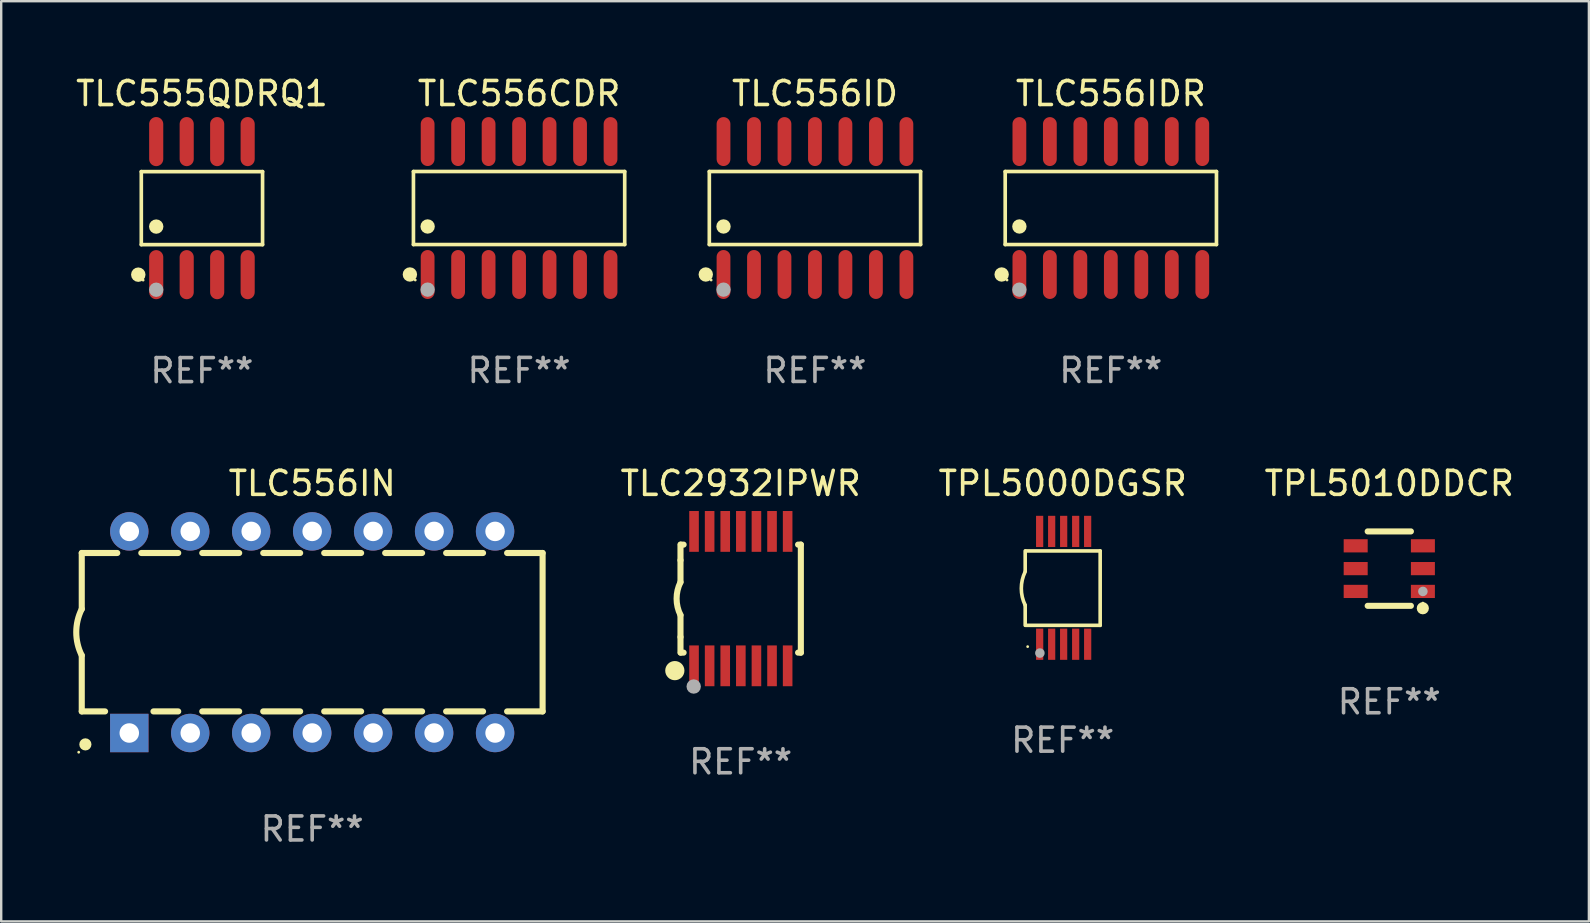
<source format=kicad_pcb>
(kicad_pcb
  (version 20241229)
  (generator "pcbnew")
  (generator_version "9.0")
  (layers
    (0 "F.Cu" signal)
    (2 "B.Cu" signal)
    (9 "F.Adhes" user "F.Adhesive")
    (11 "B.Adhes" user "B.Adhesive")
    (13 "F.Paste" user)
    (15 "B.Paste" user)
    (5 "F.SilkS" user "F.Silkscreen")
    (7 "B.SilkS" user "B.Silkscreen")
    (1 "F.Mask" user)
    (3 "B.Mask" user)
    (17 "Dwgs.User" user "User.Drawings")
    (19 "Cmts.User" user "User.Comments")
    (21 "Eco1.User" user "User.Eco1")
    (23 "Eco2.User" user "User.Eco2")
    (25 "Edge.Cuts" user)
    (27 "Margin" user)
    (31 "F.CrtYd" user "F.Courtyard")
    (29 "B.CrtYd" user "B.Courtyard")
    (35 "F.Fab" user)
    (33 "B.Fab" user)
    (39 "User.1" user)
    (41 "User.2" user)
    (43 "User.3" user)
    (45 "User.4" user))
  (footprint "TLC556IN"
    (layer "F.Cu")
    (at 9.956 23.289)
    (property "Reference" "TLC556IN" (at 0 -6.2 0) (layer "F.SilkS") (effects (font (size 1 1) (thickness 0.15))))
    (attr through_hole)
    (fp_line (start -9.6 -3.3) (end -9.6 -0.965) (stroke (width 0.254) (type solid)) (layer "F.SilkS"))
    (fp_line (start -9.6 -3.3) (end -8.121 -3.3) (stroke (width 0.254) (type solid)) (layer "F.SilkS"))
    (fp_line (start -9.6 3.3) (end -9.6 0.965) (stroke (width 0.254) (type solid)) (layer "F.SilkS"))
    (fp_line (start -9.6 3.3) (end -8.628 3.3) (stroke (width 0.254) (type solid)) (layer "F.SilkS"))
    (fp_line (start -7.119 -3.3) (end -5.581 -3.3) (stroke (width 0.254) (type solid)) (layer "F.SilkS"))
    (fp_line (start -6.612 3.3) (end -5.581 3.3) (stroke (width 0.254) (type solid)) (layer "F.SilkS"))
    (fp_line (start -4.579 -3.3) (end -3.041 -3.3) (stroke (width 0.254) (type solid)) (layer "F.SilkS"))
    (fp_line (start -4.579 3.3) (end -3.041 3.3) (stroke (width 0.254) (type solid)) (layer "F.SilkS"))
    (fp_line (start -2.039 -3.3) (end -0.501 -3.3) (stroke (width 0.254) (type solid)) (layer "F.SilkS"))
    (fp_line (start -2.039 3.3) (end -0.501 3.3) (stroke (width 0.254) (type solid)) (layer "F.SilkS"))
    (fp_line (start 0.501 -3.3) (end 2.039 -3.3) (stroke (width 0.254) (type solid)) (layer "F.SilkS"))
    (fp_line (start 0.501 3.3) (end 2.039 3.3) (stroke (width 0.254) (type solid)) (layer "F.SilkS"))
    (fp_line (start 3.041 -3.3) (end 4.579 -3.3) (stroke (width 0.254) (type solid)) (layer "F.SilkS"))
    (fp_line (start 3.041 3.3) (end 4.579 3.3) (stroke (width 0.254) (type solid)) (layer "F.SilkS"))
    (fp_line (start 5.581 -3.3) (end 7.119 -3.3) (stroke (width 0.254) (type solid)) (layer "F.SilkS"))
    (fp_line (start 5.581 3.3) (end 7.119 3.3) (stroke (width 0.254) (type solid)) (layer "F.SilkS"))
    (fp_line (start 8.121 -3.3) (end 9.6 -3.3) (stroke (width 0.254) (type solid)) (layer "F.SilkS"))
    (fp_line (start 8.121 3.3) (end 9.6 3.3) (stroke (width 0.254) (type solid)) (layer "F.SilkS"))
    (fp_line (start 9.6 -3.3) (end 9.6 3.3) (stroke (width 0.254) (type solid)) (layer "F.SilkS"))
    (fp_arc (start -9.601219 0.965202) (mid -9.828641 -0.00004) (end -9.600025 -0.964999) (stroke (width 0.254001) (type solid)) (layer "F.SilkS"))
    (fp_circle (center -9.727 5) (end -9.697 5) (stroke (width 0.06) (type solid)) (fill no) (layer "F.SilkS"))
    (fp_circle (center -9.449 4.674) (end -9.322 4.674) (stroke (width 0.254) (type solid)) (fill no) (layer "F.SilkS"))
    (fp_text user "REF**" (at 0 8.2 0) (layer "F.Fab") (effects (font (size 1 1) (thickness 0.15))))
    (pad "1" thru_hole rect (at -7.62 4.2) (size 1.6 1.6) (drill 0.813) (layers "*.Cu" "*.Mask"))
    (pad "2" thru_hole circle (at -5.08 4.2) (size 1.6 1.6) (drill 0.813) (layers "*.Cu" "*.Mask"))
    (pad "3" thru_hole circle (at -2.54 4.2) (size 1.6 1.6) (drill 0.813) (layers "*.Cu" "*.Mask"))
    (pad "4" thru_hole circle (at 0 4.2) (size 1.6 1.6) (drill 0.813) (layers "*.Cu" "*.Mask"))
    (pad "5" thru_hole circle (at 2.54 4.2) (size 1.6 1.6) (drill 0.813) (layers "*.Cu" "*.Mask"))
    (pad "6" thru_hole circle (at 5.08 4.2) (size 1.6 1.6) (drill 0.813) (layers "*.Cu" "*.Mask"))
    (pad "7" thru_hole circle (at 7.62 4.2) (size 1.6 1.6) (drill 0.813) (layers "*.Cu" "*.Mask"))
    (pad "8" thru_hole circle (at 7.62 -4.2) (size 1.6 1.6) (drill 0.813) (layers "*.Cu" "*.Mask"))
    (pad "9" thru_hole circle (at 5.08 -4.2) (size 1.6 1.6) (drill 0.813) (layers "*.Cu" "*.Mask"))
    (pad "10" thru_hole circle (at 2.54 -4.2) (size 1.6 1.6) (drill 0.813) (layers "*.Cu" "*.Mask"))
    (pad "11" thru_hole circle (at 0 -4.2) (size 1.6 1.6) (drill 0.813) (layers "*.Cu" "*.Mask"))
    (pad "12" thru_hole circle (at -2.54 -4.2) (size 1.6 1.6) (drill 0.813) (layers "*.Cu" "*.Mask"))
    (pad "13" thru_hole circle (at -5.08 -4.2) (size 1.6 1.6) (drill 0.813) (layers "*.Cu" "*.Mask"))
    (pad "14" thru_hole circle (at -7.62 -4.2) (size 1.6 1.6) (drill 0.813) (layers "*.Cu" "*.Mask")))
  (footprint "TPL5000DGSR"
    (layer "F.Cu")
    (at 41.224 21.44)
    (property "Reference" "TPL5000DGSR" (at 0 -4.35 0) (layer "F.SilkS") (effects (font (size 1 1) (thickness 0.15))))
    (attr through_hole)
    (fp_line (start -1.562 -1.537) (end -1.562 -0.698) (stroke (width 0.15) (type solid)) (layer "F.SilkS"))
    (fp_line (start -1.562 0.724) (end -1.562 1.562) (stroke (width 0.15) (type solid)) (layer "F.SilkS"))
    (fp_line (start -1.538 -1.537) (end 1.562 -1.537) (stroke (width 0.15) (type solid)) (layer "F.SilkS"))
    (fp_line (start -1.538 1.562) (end 1.562 1.562) (stroke (width 0.15) (type solid)) (layer "F.SilkS"))
    (fp_line (start 1.562 1.564) (end 1.562 -1.537) (stroke (width 0.15) (type solid)) (layer "F.SilkS"))
    (fp_arc (start -1.562103 0.724079) (mid -1.723579 0.025578) (end -1.562103 -0.672924) (stroke (width 0.150013) (type solid)) (layer "F.SilkS"))
    (fp_circle (center -1.459 2.45) (end -1.429 2.45) (stroke (width 0.06) (type solid)) (fill no) (layer "F.SilkS"))
    (fp_circle (center -0.95 2.718) (end -0.85 2.718) (stroke (width 0.2) (type solid)) (fill no) (layer "F.Fab"))
    (fp_text user "REF**" (at 0 6.35 0) (layer "F.Fab") (effects (font (size 1 1) (thickness 0.15))))
    (pad "1" smd rect (at -0.959 2.35) (size 0.3 1.3) (layers "F.Cu" "F.Mask" "F.Paste"))
    (pad "2" smd rect (at -0.459 2.35) (size 0.3 1.3) (layers "F.Cu" "F.Mask" "F.Paste"))
    (pad "3" smd rect (at 0.04 2.35) (size 0.3 1.3) (layers "F.Cu" "F.Mask" "F.Paste"))
    (pad "4" smd rect (at 0.541 2.35) (size 0.3 1.3) (layers "F.Cu" "F.Mask" "F.Paste"))
    (pad "5" smd rect (at 1.041 2.35) (size 0.3 1.3) (layers "F.Cu" "F.Mask" "F.Paste"))
    (pad "6" smd rect (at 1.04 -2.35) (size 0.3 1.3) (layers "F.Cu" "F.Mask" "F.Paste"))
    (pad "7" smd rect (at 0.541 -2.35) (size 0.3 1.3) (layers "F.Cu" "F.Mask" "F.Paste"))
    (pad "8" smd rect (at 0.041 -2.35) (size 0.3 1.3) (layers "F.Cu" "F.Mask" "F.Paste"))
    (pad "9" smd rect (at -0.459 -2.35) (size 0.3 1.3) (layers "F.Cu" "F.Mask" "F.Paste"))
    (pad "10" smd rect (at -0.96 -2.35) (size 0.3 1.3) (layers "F.Cu" "F.Mask" "F.Paste")))
  (footprint "TPL5010DDCR"
    (layer "F.Cu")
    (at 54.831 20.64)
    (property "Reference" "TPL5010DDCR" (at 0 -3.55 0) (layer "F.SilkS") (effects (font (size 1 1) (thickness 0.15))))
    (attr through_hole)
    (fp_line (start -0.9 -1.55) (end 0.9 -1.55) (stroke (width 0.254) (type solid)) (layer "F.SilkS"))
    (fp_line (start -0.9 1.55) (end 0.9 1.55) (stroke (width 0.254) (type solid)) (layer "F.SilkS"))
    (fp_circle (center 1.397 1.651) (end 1.524 1.651) (stroke (width 0.254) (type solid)) (fill no) (layer "F.SilkS"))
    (fp_circle (center 1.4 1.435) (end 1.43 1.435) (stroke (width 0.06) (type solid)) (fill no) (layer "F.SilkS"))
    (fp_circle (center 1.4 0.95) (end 1.5 0.95) (stroke (width 0.2) (type solid)) (fill no) (layer "F.Fab"))
    (fp_text user "REF**" (at 0 5.55 0) (layer "F.Fab") (effects (font (size 1 1) (thickness 0.15))))
    (pad "1" smd rect (at 1.4 0.95) (size 1 0.55) (layers "F.Cu" "F.Mask" "F.Paste"))
    (pad "2" smd rect (at 1.4 -0.000102) (size 1 0.55) (layers "F.Cu" "F.Mask" "F.Paste"))
    (pad "3" smd rect (at 1.4 -0.95) (size 1 0.55) (layers "F.Cu" "F.Mask" "F.Paste"))
    (pad "4" smd rect (at -1.4 -0.95) (size 1 0.55) (layers "F.Cu" "F.Mask" "F.Paste"))
    (pad "5" smd rect (at -1.4 -0.000102) (size 1 0.55) (layers "F.Cu" "F.Mask" "F.Paste"))
    (pad "6" smd rect (at -1.4 0.95) (size 1 0.55) (layers "F.Cu" "F.Mask" "F.Paste")))
  (footprint "TLC556ID"
    (layer "F.Cu")
    (at 30.903 5.617)
    (property "Reference" "TLC556ID" (at 0 -4.769 0) (layer "F.SilkS") (effects (font (size 1 1) (thickness 0.15))))
    (attr through_hole)
    (fp_line (start -4.401 -1.521) (end 4.401 -1.521) (stroke (width 0.152) (type solid)) (layer "F.SilkS"))
    (fp_line (start -4.401 1.521) (end -4.401 -1.521) (stroke (width 0.152) (type solid)) (layer "F.SilkS"))
    (fp_line (start 4.401 -1.521) (end 4.401 1.521) (stroke (width 0.152) (type solid)) (layer "F.SilkS"))
    (fp_line (start 4.401 1.521) (end -4.401 1.521) (stroke (width 0.152) (type solid)) (layer "F.SilkS"))
    (fp_circle (center -4.549 2.769) (end -4.399 2.769) (stroke (width 0.3) (type solid)) (fill no) (layer "F.SilkS"))
    (fp_circle (center -4.325 3) (end -4.295 3) (stroke (width 0.06) (type solid)) (fill no) (layer "F.SilkS"))
    (fp_circle (center -3.81 0.769) (end -3.66 0.769) (stroke (width 0.3) (type solid)) (fill no) (layer "F.SilkS"))
    (fp_circle (center -3.81 3.4) (end -3.66 3.4) (stroke (width 0.3) (type solid)) (fill no) (layer "F.Fab"))
    (fp_text user "REF**" (at 0 6.769 0) (layer "F.Fab") (effects (font (size 1 1) (thickness 0.15))))
    (pad "1" smd oval (at -3.81 2.769) (size 0.574 2.038) (layers "F.Cu" "F.Mask" "F.Paste"))
    (pad "2" smd oval (at -2.54 2.769) (size 0.574 2.038) (layers "F.Cu" "F.Mask" "F.Paste"))
    (pad "3" smd oval (at -1.27 2.769) (size 0.574 2.038) (layers "F.Cu" "F.Mask" "F.Paste"))
    (pad "4" smd oval (at 0 2.769) (size 0.574 2.038) (layers "F.Cu" "F.Mask" "F.Paste"))
    (pad "5" smd oval (at 1.27 2.769) (size 0.574 2.038) (layers "F.Cu" "F.Mask" "F.Paste"))
    (pad "6" smd oval (at 2.54 2.769) (size 0.574 2.038) (layers "F.Cu" "F.Mask" "F.Paste"))
    (pad "7" smd oval (at 3.81 2.769) (size 0.574 2.038) (layers "F.Cu" "F.Mask" "F.Paste"))
    (pad "8" smd oval (at 3.81 -2.769) (size 0.574 2.038) (layers "F.Cu" "F.Mask" "F.Paste"))
    (pad "9" smd oval (at 2.54 -2.769) (size 0.574 2.038) (layers "F.Cu" "F.Mask" "F.Paste"))
    (pad "10" smd oval (at 1.27 -2.769) (size 0.574 2.038) (layers "F.Cu" "F.Mask" "F.Paste"))
    (pad "11" smd oval (at 0 -2.769) (size 0.574 2.038) (layers "F.Cu" "F.Mask" "F.Paste"))
    (pad "12" smd oval (at -1.27 -2.769) (size 0.574 2.038) (layers "F.Cu" "F.Mask" "F.Paste"))
    (pad "13" smd oval (at -2.54 -2.769) (size 0.574 2.038) (layers "F.Cu" "F.Mask" "F.Paste"))
    (pad "14" smd oval (at -3.81 -2.769) (size 0.574 2.038) (layers "F.Cu" "F.Mask" "F.Paste")))
  (footprint "TLC555QDRQ1"
    (layer "F.Cu")
    (at 5.363 5.621)
    (property "Reference" "TLC555QDRQ1" (at 0 -4.772 0) (layer "F.SilkS") (effects (font (size 1 1) (thickness 0.15))))
    (attr through_hole)
    (fp_line (start -2.526 -1.521) (end 2.526 -1.521) (stroke (width 0.152) (type solid)) (layer "F.SilkS"))
    (fp_line (start -2.526 1.521) (end -2.526 -1.521) (stroke (width 0.152) (type solid)) (layer "F.SilkS"))
    (fp_line (start 2.526 -1.521) (end 2.526 1.521) (stroke (width 0.152) (type solid)) (layer "F.SilkS"))
    (fp_line (start 2.526 1.521) (end -2.526 1.521) (stroke (width 0.152) (type solid)) (layer "F.SilkS"))
    (fp_circle (center -2.652 2.772) (end -2.501 2.772) (stroke (width 0.3) (type solid)) (fill no) (layer "F.SilkS"))
    (fp_circle (center -2.45 3) (end -2.42 3) (stroke (width 0.06) (type solid)) (fill no) (layer "F.SilkS"))
    (fp_circle (center -1.905 0.769) (end -1.755 0.769) (stroke (width 0.3) (type solid)) (fill no) (layer "F.SilkS"))
    (fp_circle (center -1.905 3.4) (end -1.755 3.4) (stroke (width 0.3) (type solid)) (fill no) (layer "F.Fab"))
    (fp_text user "REF**" (at 0 6.772 0) (layer "F.Fab") (effects (font (size 1 1) (thickness 0.15))))
    (pad "1" smd oval (at -1.905 2.772) (size 0.588 2.045) (layers "F.Cu" "F.Mask" "F.Paste"))
    (pad "2" smd oval (at -0.635 2.772) (size 0.588 2.045) (layers "F.Cu" "F.Mask" "F.Paste"))
    (pad "3" smd oval (at 0.635 2.772) (size 0.588 2.045) (layers "F.Cu" "F.Mask" "F.Paste"))
    (pad "4" smd oval (at 1.905 2.772) (size 0.588 2.045) (layers "F.Cu" "F.Mask" "F.Paste"))
    (pad "5" smd oval (at 1.905 -2.772) (size 0.588 2.045) (layers "F.Cu" "F.Mask" "F.Paste"))
    (pad "6" smd oval (at 0.635 -2.772) (size 0.588 2.045) (layers "F.Cu" "F.Mask" "F.Paste"))
    (pad "7" smd oval (at -0.635 -2.772) (size 0.588 2.045) (layers "F.Cu" "F.Mask" "F.Paste"))
    (pad "8" smd oval (at -1.905 -2.772) (size 0.588 2.045) (layers "F.Cu" "F.Mask" "F.Paste")))
  (footprint "TLC2932IPWR"
    (layer "F.Cu")
    (at 27.808 21.89)
    (property "Reference" "TLC2932IPWR" (at 0 -4.8 0) (layer "F.SilkS") (effects (font (size 1 1) (thickness 0.15))))
    (attr through_hole)
    (fp_line (start -2.507 -1.6) (end -2.507 -2.25) (stroke (width 0.254) (type solid)) (layer "F.SilkS"))
    (fp_line (start -2.507 -0.686) (end -2.507 -1.6) (stroke (width 0.254) (type solid)) (layer "F.SilkS"))
    (fp_line (start -2.507 1.6) (end -2.507 0.686) (stroke (width 0.254) (type solid)) (layer "F.SilkS"))
    (fp_line (start -2.507 1.6) (end -2.507 2.25) (stroke (width 0.254) (type solid)) (layer "F.SilkS"))
    (fp_line (start -2.493 -2.25) (end -2.377 -2.25) (stroke (width 0.254) (type solid)) (layer "F.SilkS"))
    (fp_line (start -2.377 2.25) (end -2.493 2.25) (stroke (width 0.254) (type solid)) (layer "F.SilkS"))
    (fp_line (start 2.392 -2.25) (end 2.507 -2.25) (stroke (width 0.254) (type solid)) (layer "F.SilkS"))
    (fp_line (start 2.507 -2.25) (end 2.507 2.25) (stroke (width 0.254) (type solid)) (layer "F.SilkS"))
    (fp_line (start 2.507 2.25) (end 2.392 2.25) (stroke (width 0.254) (type solid)) (layer "F.SilkS"))
    (fp_arc (start -2.507303 0.685802) (mid -2.669199 0) (end -2.507303 -0.685801) (stroke (width 0.254001) (type solid)) (layer "F.SilkS"))
    (fp_circle (center -2.743 3) (end -2.543 3) (stroke (width 0.4) (type solid)) (fill no) (layer "F.SilkS"))
    (fp_circle (center -2.493 3.2) (end -2.463 3.2) (stroke (width 0.06) (type solid)) (fill no) (layer "F.SilkS"))
    (fp_circle (center -1.957 3.662) (end -1.807 3.662) (stroke (width 0.3) (type solid)) (fill no) (layer "F.Fab"))
    (fp_text user "REF**" (at 0 6.8 0) (layer "F.Fab") (effects (font (size 1 1) (thickness 0.15))))
    (pad "1" smd rect (at -1.943 2.8) (size 0.4 1.7) (layers "F.Cu" "F.Mask" "F.Paste"))
    (pad "2" smd rect (at -1.293 2.8) (size 0.4 1.7) (layers "F.Cu" "F.Mask" "F.Paste"))
    (pad "3" smd rect (at -0.643 2.8) (size 0.4 1.7) (layers "F.Cu" "F.Mask" "F.Paste"))
    (pad "4" smd rect (at 0.007 2.8) (size 0.4 1.7) (layers "F.Cu" "F.Mask" "F.Paste"))
    (pad "5" smd rect (at 0.657 2.8) (size 0.4 1.7) (layers "F.Cu" "F.Mask" "F.Paste"))
    (pad "6" smd rect (at 1.307 2.8) (size 0.4 1.7) (layers "F.Cu" "F.Mask" "F.Paste"))
    (pad "7" smd rect (at 1.957 2.8) (size 0.4 1.7) (layers "F.Cu" "F.Mask" "F.Paste"))
    (pad "8" smd rect (at 1.957 -2.8) (size 0.4 1.7) (layers "F.Cu" "F.Mask" "F.Paste"))
    (pad "9" smd rect (at 1.307 -2.8) (size 0.4 1.7) (layers "F.Cu" "F.Mask" "F.Paste"))
    (pad "10" smd rect (at 0.657 -2.8) (size 0.4 1.7) (layers "F.Cu" "F.Mask" "F.Paste"))
    (pad "11" smd rect (at 0.007 -2.8) (size 0.4 1.7) (layers "F.Cu" "F.Mask" "F.Paste"))
    (pad "12" smd rect (at -0.643 -2.8) (size 0.4 1.7) (layers "F.Cu" "F.Mask" "F.Paste"))
    (pad "13" smd rect (at -1.293 -2.8) (size 0.4 1.7) (layers "F.Cu" "F.Mask" "F.Paste"))
    (pad "14" smd rect (at -1.943 -2.8) (size 0.4 1.7) (layers "F.Cu" "F.Mask" "F.Paste")))
  (footprint "TLC556IDR"
    (layer "F.Cu")
    (at 43.23 5.617)
    (property "Reference" "TLC556IDR" (at 0 -4.769 0) (layer "F.SilkS") (effects (font (size 1 1) (thickness 0.15))))
    (attr through_hole)
    (fp_line (start -4.401 -1.521) (end 4.401 -1.521) (stroke (width 0.152) (type solid)) (layer "F.SilkS"))
    (fp_line (start -4.401 1.521) (end -4.401 -1.521) (stroke (width 0.152) (type solid)) (layer "F.SilkS"))
    (fp_line (start 4.401 -1.521) (end 4.401 1.521) (stroke (width 0.152) (type solid)) (layer "F.SilkS"))
    (fp_line (start 4.401 1.521) (end -4.401 1.521) (stroke (width 0.152) (type solid)) (layer "F.SilkS"))
    (fp_circle (center -4.549 2.769) (end -4.399 2.769) (stroke (width 0.3) (type solid)) (fill no) (layer "F.SilkS"))
    (fp_circle (center -4.325 3) (end -4.295 3) (stroke (width 0.06) (type solid)) (fill no) (layer "F.SilkS"))
    (fp_circle (center -3.81 0.769) (end -3.66 0.769) (stroke (width 0.3) (type solid)) (fill no) (layer "F.SilkS"))
    (fp_circle (center -3.81 3.4) (end -3.66 3.4) (stroke (width 0.3) (type solid)) (fill no) (layer "F.Fab"))
    (fp_text user "REF**" (at 0 6.769 0) (layer "F.Fab") (effects (font (size 1 1) (thickness 0.15))))
    (pad "1" smd oval (at -3.81 2.769) (size 0.574 2.038) (layers "F.Cu" "F.Mask" "F.Paste"))
    (pad "2" smd oval (at -2.54 2.769) (size 0.574 2.038) (layers "F.Cu" "F.Mask" "F.Paste"))
    (pad "3" smd oval (at -1.27 2.769) (size 0.574 2.038) (layers "F.Cu" "F.Mask" "F.Paste"))
    (pad "4" smd oval (at 0 2.769) (size 0.574 2.038) (layers "F.Cu" "F.Mask" "F.Paste"))
    (pad "5" smd oval (at 1.27 2.769) (size 0.574 2.038) (layers "F.Cu" "F.Mask" "F.Paste"))
    (pad "6" smd oval (at 2.54 2.769) (size 0.574 2.038) (layers "F.Cu" "F.Mask" "F.Paste"))
    (pad "7" smd oval (at 3.81 2.769) (size 0.574 2.038) (layers "F.Cu" "F.Mask" "F.Paste"))
    (pad "8" smd oval (at 3.81 -2.769) (size 0.574 2.038) (layers "F.Cu" "F.Mask" "F.Paste"))
    (pad "9" smd oval (at 2.54 -2.769) (size 0.574 2.038) (layers "F.Cu" "F.Mask" "F.Paste"))
    (pad "10" smd oval (at 1.27 -2.769) (size 0.574 2.038) (layers "F.Cu" "F.Mask" "F.Paste"))
    (pad "11" smd oval (at 0 -2.769) (size 0.574 2.038) (layers "F.Cu" "F.Mask" "F.Paste"))
    (pad "12" smd oval (at -1.27 -2.769) (size 0.574 2.038) (layers "F.Cu" "F.Mask" "F.Paste"))
    (pad "13" smd oval (at -2.54 -2.769) (size 0.574 2.038) (layers "F.Cu" "F.Mask" "F.Paste"))
    (pad "14" smd oval (at -3.81 -2.769) (size 0.574 2.038) (layers "F.Cu" "F.Mask" "F.Paste")))
  (footprint "TLC556CDR"
    (layer "F.Cu")
    (at 18.576 5.617)
    (property "Reference" "TLC556CDR" (at 0 -4.769 0) (layer "F.SilkS") (effects (font (size 1 1) (thickness 0.15))))
    (attr through_hole)
    (fp_line (start -4.401 -1.521) (end 4.401 -1.521) (stroke (width 0.152) (type solid)) (layer "F.SilkS"))
    (fp_line (start -4.401 1.521) (end -4.401 -1.521) (stroke (width 0.152) (type solid)) (layer "F.SilkS"))
    (fp_line (start 4.401 -1.521) (end 4.401 1.521) (stroke (width 0.152) (type solid)) (layer "F.SilkS"))
    (fp_line (start 4.401 1.521) (end -4.401 1.521) (stroke (width 0.152) (type solid)) (layer "F.SilkS"))
    (fp_circle (center -4.549 2.769) (end -4.399 2.769) (stroke (width 0.3) (type solid)) (fill no) (layer "F.SilkS"))
    (fp_circle (center -4.325 3) (end -4.295 3) (stroke (width 0.06) (type solid)) (fill no) (layer "F.SilkS"))
    (fp_circle (center -3.81 0.769) (end -3.66 0.769) (stroke (width 0.3) (type solid)) (fill no) (layer "F.SilkS"))
    (fp_circle (center -3.81 3.4) (end -3.66 3.4) (stroke (width 0.3) (type solid)) (fill no) (layer "F.Fab"))
    (fp_text user "REF**" (at 0 6.769 0) (layer "F.Fab") (effects (font (size 1 1) (thickness 0.15))))
    (pad "1" smd oval (at -3.81 2.769) (size 0.574 2.038) (layers "F.Cu" "F.Mask" "F.Paste"))
    (pad "2" smd oval (at -2.54 2.769) (size 0.574 2.038) (layers "F.Cu" "F.Mask" "F.Paste"))
    (pad "3" smd oval (at -1.27 2.769) (size 0.574 2.038) (layers "F.Cu" "F.Mask" "F.Paste"))
    (pad "4" smd oval (at 0 2.769) (size 0.574 2.038) (layers "F.Cu" "F.Mask" "F.Paste"))
    (pad "5" smd oval (at 1.27 2.769) (size 0.574 2.038) (layers "F.Cu" "F.Mask" "F.Paste"))
    (pad "6" smd oval (at 2.54 2.769) (size 0.574 2.038) (layers "F.Cu" "F.Mask" "F.Paste"))
    (pad "7" smd oval (at 3.81 2.769) (size 0.574 2.038) (layers "F.Cu" "F.Mask" "F.Paste"))
    (pad "8" smd oval (at 3.81 -2.769) (size 0.574 2.038) (layers "F.Cu" "F.Mask" "F.Paste"))
    (pad "9" smd oval (at 2.54 -2.769) (size 0.574 2.038) (layers "F.Cu" "F.Mask" "F.Paste"))
    (pad "10" smd oval (at 1.27 -2.769) (size 0.574 2.038) (layers "F.Cu" "F.Mask" "F.Paste"))
    (pad "11" smd oval (at 0 -2.769) (size 0.574 2.038) (layers "F.Cu" "F.Mask" "F.Paste"))
    (pad "12" smd oval (at -1.27 -2.769) (size 0.574 2.038) (layers "F.Cu" "F.Mask" "F.Paste"))
    (pad "13" smd oval (at -2.54 -2.769) (size 0.574 2.038) (layers "F.Cu" "F.Mask" "F.Paste"))
    (pad "14" smd oval (at -3.81 -2.769) (size 0.574 2.038) (layers "F.Cu" "F.Mask" "F.Paste")))
  (gr_rect
    (start -3 -3)
    (end 63.147 35.338)
    (stroke (width 0.1) (type default))
    (fill no)
    (layer "Edge.Cuts")))
</source>
